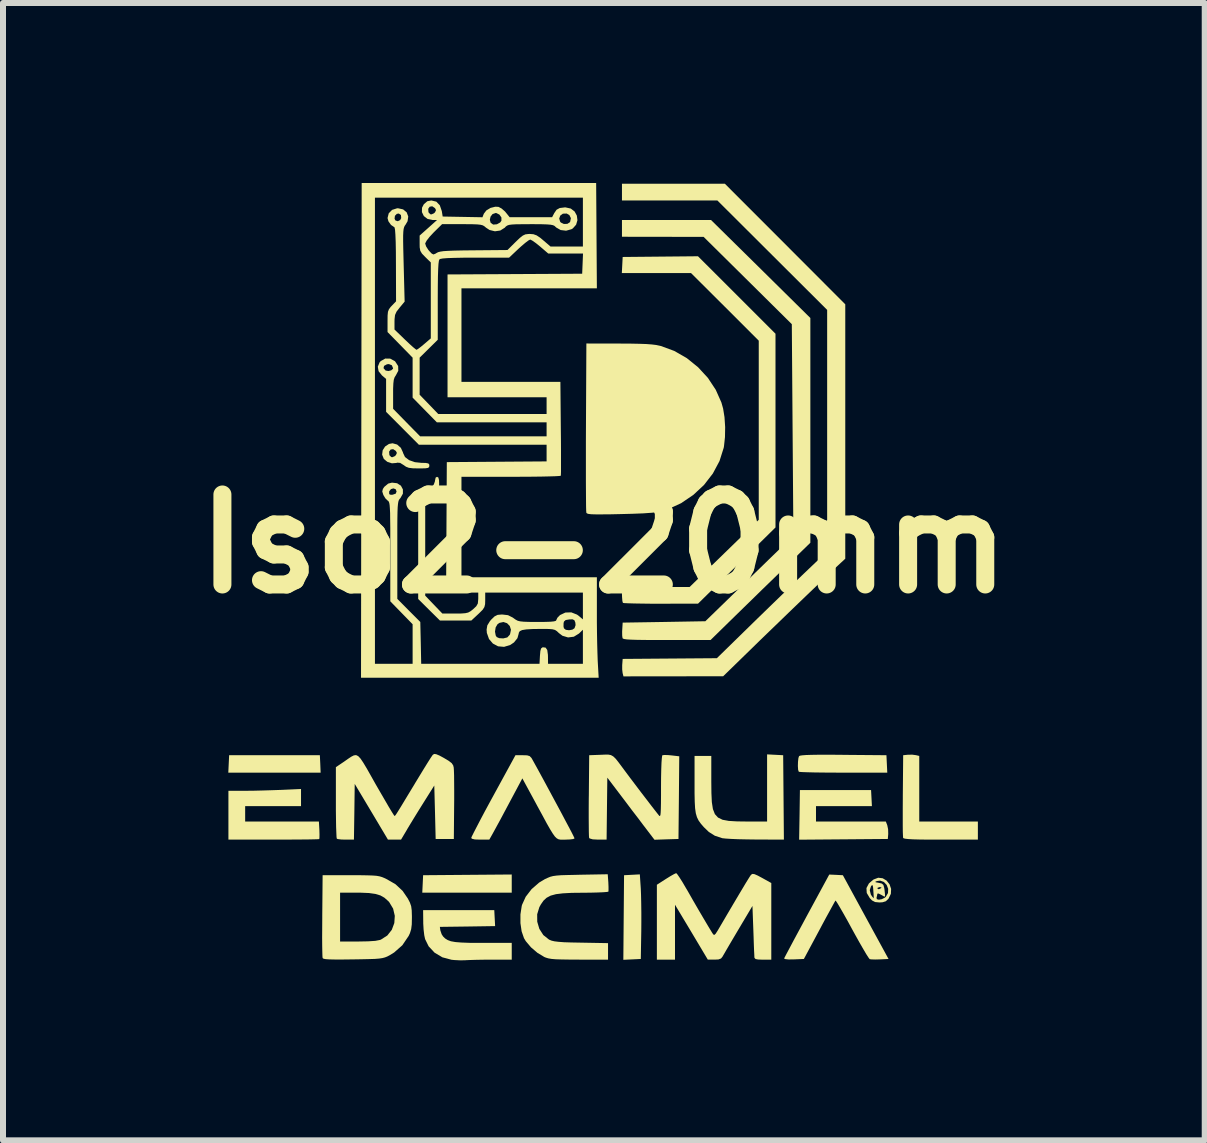
<source format=kicad_pcb>
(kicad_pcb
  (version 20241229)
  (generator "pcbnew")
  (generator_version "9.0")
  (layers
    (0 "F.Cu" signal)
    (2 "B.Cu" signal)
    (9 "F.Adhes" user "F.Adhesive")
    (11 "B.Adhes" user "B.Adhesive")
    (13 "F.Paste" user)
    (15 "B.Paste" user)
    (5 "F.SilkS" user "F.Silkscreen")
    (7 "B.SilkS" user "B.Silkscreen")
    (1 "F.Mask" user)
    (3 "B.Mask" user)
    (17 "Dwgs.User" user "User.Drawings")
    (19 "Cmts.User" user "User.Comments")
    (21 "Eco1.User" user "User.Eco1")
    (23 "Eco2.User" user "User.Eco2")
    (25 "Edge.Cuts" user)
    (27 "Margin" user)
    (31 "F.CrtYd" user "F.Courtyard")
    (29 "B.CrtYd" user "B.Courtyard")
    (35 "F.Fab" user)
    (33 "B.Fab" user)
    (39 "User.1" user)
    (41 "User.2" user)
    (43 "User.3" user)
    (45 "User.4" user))
  (footprint "Iso2-20mm"
    (layer "F.Cu")
    (at 7.014 6.013)
    (property "Reference" "Iso2-20mm" (at 0 0 0) (layer "F.SilkS") (effects (font (size 1.5 1.5) (thickness 0.3))))
    (attr board_only exclude_from_pos_files exclude_from_bom)
    (fp_poly (pts (xy -4.726 3.669) (xy -4.72 3.815) (xy -5.489 3.815) (xy -6.259 3.815) (xy -6.252 3.669) (xy -6.245 3.524) (xy -5.489 3.524) (xy -4.733 3.524)) (stroke (width 0) (type solid)) (fill yes) (layer "F.SilkS"))
    (fp_poly (pts (xy -1.535 5.664) (xy -1.535 5.815) (xy -2.281 5.815) (xy -3.026 5.815) (xy -3.019 5.67) (xy -3.012 5.524) (xy -2.274 5.518) (xy -1.535 5.512)) (stroke (width 0) (type solid)) (fill yes) (layer "F.SilkS"))
    (fp_poly (pts (xy 0.616 5.75) (xy 0.62 5.852) (xy 0.623 5.988) (xy 0.625 6.145) (xy 0.625 6.31) (xy 0.624 6.455) (xy 0.616 6.92) (xy 0.471 6.927) (xy 0.325 6.934) (xy 0.331 6.229) (xy 0.337 5.524) (xy 0.469 5.517) (xy 0.6 5.51)) (stroke (width 0) (type solid)) (fill yes) (layer "F.SilkS"))
    (fp_poly (pts (xy 4.461 4.239) (xy 4.468 4.373) (xy 4.002 4.373) (xy 3.536 4.373) (xy 3.536 4.501) (xy 3.536 4.629) (xy 4.118 4.629) (xy 4.7 4.629) (xy 4.724 4.691) (xy 4.738 4.759) (xy 4.74 4.836) (xy 4.74 4.837) (xy 4.733 4.92) (xy 3.994 4.926) (xy 3.255 4.932) (xy 3.262 4.519) (xy 3.268 4.105) (xy 3.861 4.105) (xy 4.454 4.105)) (stroke (width 0) (type solid)) (fill yes) (layer "F.SilkS"))
    (fp_poly (pts (xy 3.955 3.517) (xy 3.991 3.518) (xy 4.71 3.524) (xy 4.717 3.669) (xy 4.724 3.815) (xy 3.994 3.815) (xy 3.814 3.814) (xy 3.65 3.813) (xy 3.506 3.811) (xy 3.388 3.808) (xy 3.303 3.805) (xy 3.256 3.801) (xy 3.249 3.799) (xy 3.238 3.766) (xy 3.234 3.704) (xy 3.236 3.634) (xy 3.243 3.572) (xy 3.253 3.541) (xy 3.268 3.532) (xy 3.305 3.526) (xy 3.368 3.521) (xy 3.46 3.518) (xy 3.586 3.516) (xy 3.75 3.516)) (stroke (width 0) (type solid)) (fill yes) (layer "F.SilkS"))
    (fp_poly (pts (xy 5.202 3.523) (xy 5.257 3.536) (xy 5.257 4.083) (xy 5.257 4.629) (xy 5.745 4.629) (xy 6.234 4.629) (xy 6.234 4.78) (xy 6.234 4.931) (xy 5.617 4.931) (xy 5.421 4.931) (xy 5.268 4.929) (xy 5.152 4.926) (xy 5.071 4.921) (xy 5.019 4.915) (xy 4.993 4.907) (xy 4.988 4.902) (xy 4.986 4.872) (xy 4.983 4.801) (xy 4.982 4.697) (xy 4.982 4.564) (xy 4.982 4.409) (xy 4.983 4.238) (xy 4.983 4.198) (xy 4.989 3.524) (xy 5.068 3.516) (xy 5.141 3.515)) (stroke (width 0) (type solid)) (fill yes) (layer "F.SilkS"))
    (fp_poly (pts (xy -5.047 4.23) (xy -5.047 4.373) (xy -5.513 4.373) (xy -5.978 4.373) (xy -5.978 4.501) (xy -5.978 4.629) (xy -5.364 4.629) (xy -4.749 4.629) (xy -4.741 4.77) (xy -4.739 4.846) (xy -4.74 4.901) (xy -4.743 4.922) (xy -4.768 4.924) (xy -4.834 4.926) (xy -4.935 4.928) (xy -5.066 4.929) (xy -5.221 4.93) (xy -5.394 4.931) (xy -5.505 4.931) (xy -6.257 4.931) (xy -6.257 4.524) (xy -6.257 4.117) (xy -5.984 4.117) (xy -5.85 4.116) (xy -5.691 4.112) (xy -5.525 4.107) (xy -5.379 4.102) (xy -5.047 4.087)) (stroke (width 0) (type solid)) (fill yes) (layer "F.SilkS"))
    (fp_poly (pts (xy 2.215 -4.147) (xy 2.861 -3.501) (xy 2.861 -1.886) (xy 2.861 -0.272) (xy 2.216 0.363) (xy 1.57 0.998) (xy 0.952 0.999) (xy 0.787 0.999) (xy 0.637 0.997) (xy 0.509 0.995) (xy 0.409 0.992) (xy 0.343 0.989) (xy 0.318 0.985) (xy 0.309 0.954) (xy 0.304 0.893) (xy 0.302 0.845) (xy 0.302 0.721) (xy 0.866 0.721) (xy 1.43 0.72) (xy 2.006 0.16) (xy 2.582 -0.4) (xy 2.582 -1.892) (xy 2.582 -3.385) (xy 2.018 -3.949) (xy 1.453 -4.512) (xy 0.877 -4.512) (xy 0.3 -4.512) (xy 0.307 -4.646) (xy 0.314 -4.78) (xy 0.941 -4.786) (xy 1.569 -4.792)) (stroke (width 0) (type solid)) (fill yes) (layer "F.SilkS"))
    (fp_poly (pts (xy -1.819 6.239) (xy -1.812 6.372) (xy -2.273 6.379) (xy -2.733 6.385) (xy -2.725 6.443) (xy -2.703 6.508) (xy -2.679 6.545) (xy -2.644 6.579) (xy -2.602 6.605) (xy -2.548 6.625) (xy -2.474 6.638) (xy -2.375 6.646) (xy -2.244 6.651) (xy -2.075 6.652) (xy -2.013 6.652) (xy -1.535 6.652) (xy -1.535 6.792) (xy -1.535 6.932) (xy -1.869 6.932) (xy -1.999 6.932) (xy -2.121 6.934) (xy -2.223 6.937) (xy -2.294 6.94) (xy -2.305 6.941) (xy -2.39 6.943) (xy -2.49 6.938) (xy -2.539 6.933) (xy -2.692 6.892) (xy -2.821 6.815) (xy -2.92 6.709) (xy -2.979 6.589) (xy -2.993 6.524) (xy -3.004 6.43) (xy -3.01 6.326) (xy -3.01 6.303) (xy -3.012 6.106) (xy -2.419 6.106) (xy -1.826 6.106)) (stroke (width 0) (type solid)) (fill yes) (layer "F.SilkS"))
    (fp_poly (pts (xy 2.855 3.517) (xy 2.989 3.524) (xy 2.995 4.228) (xy 3.001 4.931) (xy 2.53 4.929) (xy 2.38 4.927) (xy 2.241 4.924) (xy 2.121 4.919) (xy 2.029 4.913) (xy 1.974 4.907) (xy 1.971 4.906) (xy 1.85 4.866) (xy 1.751 4.804) (xy 1.665 4.721) (xy 1.616 4.664) (xy 1.579 4.612) (xy 1.552 4.557) (xy 1.533 4.492) (xy 1.521 4.408) (xy 1.515 4.3) (xy 1.512 4.159) (xy 1.512 4.001) (xy 1.512 3.536) (xy 1.651 3.536) (xy 1.791 3.536) (xy 1.791 3.96) (xy 1.793 4.154) (xy 1.8 4.306) (xy 1.818 4.422) (xy 1.851 4.506) (xy 1.903 4.563) (xy 1.979 4.6) (xy 2.083 4.619) (xy 2.219 4.627) (xy 2.378 4.629) (xy 2.721 4.629) (xy 2.721 4.069) (xy 2.721 3.51)) (stroke (width 0) (type solid)) (fill yes) (layer "F.SilkS"))
    (fp_poly (pts (xy 3.87 5.518) (xy 3.984 5.524) (xy 4.364 6.222) (xy 4.745 6.92) (xy 4.602 6.927) (xy 4.522 6.929) (xy 4.459 6.927) (xy 4.431 6.923) (xy 4.413 6.9) (xy 4.376 6.843) (xy 4.324 6.755) (xy 4.26 6.644) (xy 4.188 6.515) (xy 4.138 6.424) (xy 4.064 6.288) (xy 3.996 6.167) (xy 3.939 6.068) (xy 3.896 5.995) (xy 3.869 5.954) (xy 3.861 5.946) (xy 3.847 5.969) (xy 3.815 6.027) (xy 3.767 6.115) (xy 3.706 6.226) (xy 3.637 6.354) (xy 3.592 6.439) (xy 3.334 6.92) (xy 3.165 6.927) (xy 3.079 6.928) (xy 3.023 6.922) (xy 3.004 6.912) (xy 3.004 6.912) (xy 3.017 6.887) (xy 3.049 6.826) (xy 3.098 6.734) (xy 3.161 6.615) (xy 3.236 6.476) (xy 3.32 6.32) (xy 3.384 6.201) (xy 3.757 5.513)) (stroke (width 0) (type solid)) (fill yes) (layer "F.SilkS"))
    (fp_poly (pts (xy -3.445 -1.654) (xy -3.383 -1.599) (xy -3.348 -1.523) (xy -3.346 -1.513) (xy -3.314 -1.446) (xy -3.246 -1.394) (xy -3.149 -1.36) (xy -3.044 -1.349) (xy -2.967 -1.347) (xy -2.926 -1.339) (xy -2.91 -1.322) (xy -2.908 -1.303) (xy -2.912 -1.279) (xy -2.93 -1.265) (xy -2.972 -1.258) (xy -3.047 -1.256) (xy -3.088 -1.256) (xy -3.185 -1.258) (xy -3.25 -1.266) (xy -3.297 -1.284) (xy -3.337 -1.312) (xy -3.395 -1.348) (xy -3.442 -1.352) (xy -3.459 -1.347) (xy -3.532 -1.341) (xy -3.609 -1.366) (xy -3.667 -1.414) (xy -3.695 -1.485) (xy -3.689 -1.535) (xy -3.579 -1.535) (xy -3.574 -1.479) (xy -3.574 -1.477) (xy -3.544 -1.446) (xy -3.527 -1.442) (xy -3.486 -1.459) (xy -3.466 -1.477) (xy -3.449 -1.514) (xy -3.466 -1.547) (xy -3.511 -1.577) (xy -3.553 -1.571) (xy -3.579 -1.535) (xy -3.689 -1.535) (xy -3.686 -1.558) (xy -3.646 -1.621) (xy -3.581 -1.664) (xy -3.521 -1.675)) (stroke (width 0) (type solid)) (fill yes) (layer "F.SilkS"))
    (fp_poly (pts (xy 2.615 -4.58) (xy 3.442 -3.763) (xy 3.442 -1.89) (xy 3.442 -0.017) (xy 2.937 0.474) (xy 2.789 0.618) (xy 2.633 0.769) (xy 2.478 0.921) (xy 2.331 1.064) (xy 2.202 1.19) (xy 2.105 1.285) (xy 1.779 1.604) (xy 1.052 1.604) (xy 0.843 1.604) (xy 0.676 1.603) (xy 0.547 1.601) (xy 0.451 1.598) (xy 0.384 1.594) (xy 0.341 1.588) (xy 0.318 1.58) (xy 0.312 1.573) (xy 0.306 1.532) (xy 0.305 1.464) (xy 0.307 1.428) (xy 0.314 1.314) (xy 1.003 1.303) (xy 1.692 1.291) (xy 2.374 0.628) (xy 2.524 0.482) (xy 2.665 0.345) (xy 2.793 0.22) (xy 2.905 0.112) (xy 2.996 0.022) (xy 3.063 -0.043) (xy 3.102 -0.082) (xy 3.108 -0.089) (xy 3.159 -0.142) (xy 3.146 -1.901) (xy 3.133 -3.66) (xy 2.398 -4.388) (xy 1.663 -5.115) (xy 0.983 -5.116) (xy 0.302 -5.117) (xy 0.302 -5.257) (xy 0.302 -5.396) (xy 1.044 -5.396) (xy 1.787 -5.396)) (stroke (width 0) (type solid)) (fill yes) (layer "F.SilkS"))
    (fp_poly (pts (xy 3.021 -4.996) (xy 4.024 -3.991) (xy 4.024 -1.871) (xy 4.024 0.249) (xy 3.902 0.362) (xy 3.848 0.412) (xy 3.766 0.49) (xy 3.659 0.593) (xy 3.532 0.714) (xy 3.389 0.851) (xy 3.235 0.999) (xy 3.074 1.154) (xy 2.911 1.312) (xy 2.75 1.467) (xy 2.595 1.617) (xy 2.452 1.757) (xy 2.34 1.866) (xy 1.989 2.208) (xy 1.158 2.209) (xy 0.327 2.21) (xy 0.313 2.155) (xy 0.306 2.095) (xy 0.306 2.02) (xy 0.307 2.01) (xy 0.314 1.919) (xy 1.099 1.913) (xy 1.884 1.907) (xy 2.332 1.469) (xy 2.554 1.252) (xy 2.765 1.047) (xy 2.96 0.858) (xy 3.137 0.686) (xy 3.293 0.536) (xy 3.424 0.411) (xy 3.528 0.312) (xy 3.588 0.256) (xy 3.722 0.132) (xy 3.722 -1.883) (xy 3.722 -3.898) (xy 2.807 -4.81) (xy 1.892 -5.722) (xy 1.097 -5.722) (xy 0.302 -5.722) (xy 0.302 -5.862) (xy 0.302 -6.001) (xy 1.16 -6.001) (xy 2.017 -6.001)) (stroke (width 0) (type solid)) (fill yes) (layer "F.SilkS"))
    (fp_poly (pts (xy -1.279 3.526) (xy -1.236 3.539) (xy -1.207 3.569) (xy -1.186 3.605) (xy -1.085 3.788) (xy -0.985 3.972) (xy -0.888 4.152) (xy -0.796 4.323) (xy -0.711 4.481) (xy -0.637 4.621) (xy -0.574 4.739) (xy -0.527 4.829) (xy -0.498 4.888) (xy -0.488 4.91) (xy -0.51 4.921) (xy -0.565 4.928) (xy -0.639 4.931) (xy -0.686 4.932) (xy -0.724 4.931) (xy -0.756 4.925) (xy -0.785 4.909) (xy -0.816 4.879) (xy -0.851 4.83) (xy -0.895 4.759) (xy -0.951 4.661) (xy -1.021 4.531) (xy -1.111 4.366) (xy -1.128 4.334) (xy -1.358 3.91) (xy -1.578 4.322) (xy -1.649 4.455) (xy -1.716 4.581) (xy -1.776 4.691) (xy -1.823 4.777) (xy -1.852 4.83) (xy -1.853 4.832) (xy -1.909 4.931) (xy -2.059 4.931) (xy -2.15 4.928) (xy -2.199 4.916) (xy -2.21 4.902) (xy -2.199 4.875) (xy -2.168 4.813) (xy -2.12 4.72) (xy -2.058 4.601) (xy -1.984 4.461) (xy -1.9 4.306) (xy -1.841 4.198) (xy -1.473 3.524) (xy -1.352 3.524)) (stroke (width 0) (type solid)) (fill yes) (layer "F.SilkS"))
    (fp_poly (pts (xy 0.256 -3.337) (xy 0.444 -3.336) (xy 0.593 -3.333) (xy 0.709 -3.329) (xy 0.8 -3.322) (xy 0.873 -3.313) (xy 0.934 -3.3) (xy 0.951 -3.296) (xy 1.174 -3.214) (xy 1.383 -3.094) (xy 1.571 -2.942) (xy 1.734 -2.765) (xy 1.865 -2.567) (xy 1.959 -2.356) (xy 1.988 -2.254) (xy 2.011 -2.111) (xy 2.022 -1.945) (xy 2.019 -1.778) (xy 2.003 -1.63) (xy 1.998 -1.6) (xy 1.928 -1.379) (xy 1.817 -1.171) (xy 1.67 -0.981) (xy 1.492 -0.815) (xy 1.289 -0.677) (xy 1.064 -0.573) (xy 0.967 -0.541) (xy 0.9 -0.528) (xy 0.798 -0.517) (xy 0.658 -0.507) (xy 0.478 -0.5) (xy 0.285 -0.495) (xy 0.106 -0.491) (xy -0.032 -0.49) (xy -0.134 -0.49) (xy -0.206 -0.492) (xy -0.253 -0.497) (xy -0.279 -0.505) (xy -0.291 -0.515) (xy -0.291 -0.517) (xy -0.294 -0.546) (xy -0.296 -0.617) (xy -0.297 -0.726) (xy -0.298 -0.87) (xy -0.299 -1.043) (xy -0.299 -1.242) (xy -0.299 -1.463) (xy -0.299 -1.701) (xy -0.298 -1.944) (xy -0.291 -3.338)) (stroke (width 0) (type solid)) (fill yes) (layer "F.SilkS"))
    (fp_poly (pts (xy 0.118 3.522) (xy 0.156 3.543) (xy 0.197 3.582) (xy 0.247 3.645) (xy 0.314 3.735) (xy 0.366 3.805) (xy 0.44 3.904) (xy 0.527 4.019) (xy 0.62 4.142) (xy 0.713 4.263) (xy 0.798 4.374) (xy 0.869 4.465) (xy 0.912 4.52) (xy 0.925 4.535) (xy 0.935 4.537) (xy 0.943 4.522) (xy 0.947 4.485) (xy 0.95 4.422) (xy 0.952 4.325) (xy 0.953 4.192) (xy 0.953 4.054) (xy 0.954 3.898) (xy 0.957 3.76) (xy 0.961 3.649) (xy 0.967 3.57) (xy 0.973 3.529) (xy 0.975 3.525) (xy 1.009 3.52) (xy 1.072 3.522) (xy 1.127 3.527) (xy 1.257 3.542) (xy 1.251 4.231) (xy 1.244 4.92) (xy 1.044 4.926) (xy 0.844 4.933) (xy 0.706 4.752) (xy 0.644 4.671) (xy 0.563 4.563) (xy 0.469 4.441) (xy 0.373 4.313) (xy 0.313 4.234) (xy 0.058 3.898) (xy 0.052 4.415) (xy 0.046 4.931) (xy -0.094 4.931) (xy -0.186 4.926) (xy -0.237 4.911) (xy -0.245 4.902) (xy -0.248 4.872) (xy -0.25 4.801) (xy -0.251 4.697) (xy -0.252 4.564) (xy -0.252 4.409) (xy -0.251 4.238) (xy -0.25 4.198) (xy -0.244 3.524) (xy -0.053 3.517) (xy 0.021 3.514) (xy 0.076 3.514)) (stroke (width 0) (type solid)) (fill yes) (layer "F.SilkS"))
    (fp_poly (pts (xy 0.075 5.644) (xy 0.078 5.72) (xy 0.078 5.777) (xy 0.076 5.798) (xy 0.051 5.803) (xy -0.013 5.808) (xy -0.108 5.812) (xy -0.227 5.815) (xy -0.344 5.816) (xy -0.534 5.818) (xy -0.683 5.826) (xy -0.798 5.84) (xy -0.886 5.864) (xy -0.954 5.9) (xy -1.006 5.948) (xy -1.051 6.013) (xy -1.075 6.057) (xy -1.111 6.175) (xy -1.11 6.299) (xy -1.075 6.418) (xy -1.009 6.521) (xy -0.916 6.595) (xy -0.907 6.6) (xy -0.87 6.615) (xy -0.822 6.626) (xy -0.756 6.634) (xy -0.664 6.641) (xy -0.539 6.645) (xy -0.378 6.648) (xy 0.07 6.656) (xy 0.07 6.794) (xy 0.07 6.932) (xy -0.413 6.931) (xy -0.579 6.93) (xy -0.707 6.928) (xy -0.802 6.925) (xy -0.872 6.919) (xy -0.924 6.91) (xy -0.965 6.898) (xy -0.992 6.887) (xy -1.105 6.819) (xy -1.214 6.726) (xy -1.301 6.623) (xy -1.331 6.573) (xy -1.37 6.46) (xy -1.39 6.323) (xy -1.39 6.177) (xy -1.369 6.04) (xy -1.364 6.019) (xy -1.302 5.883) (xy -1.204 5.756) (xy -1.079 5.647) (xy -0.982 5.589) (xy -0.934 5.567) (xy -0.892 5.55) (xy -0.846 5.538) (xy -0.788 5.53) (xy -0.712 5.524) (xy -0.608 5.521) (xy -0.47 5.518) (xy -0.392 5.516) (xy 0.065 5.508)) (stroke (width 0) (type solid)) (fill yes) (layer "F.SilkS"))
    (fp_poly (pts (xy 1.225 5.509) (xy 1.261 5.561) (xy 1.311 5.64) (xy 1.369 5.739) (xy 1.397 5.786) (xy 1.491 5.951) (xy 1.582 6.108) (xy 1.665 6.249) (xy 1.736 6.369) (xy 1.79 6.458) (xy 1.807 6.486) (xy 1.826 6.513) (xy 1.842 6.519) (xy 1.863 6.5) (xy 1.896 6.449) (xy 1.929 6.393) (xy 2.055 6.178) (xy 2.16 6) (xy 2.246 5.855) (xy 2.314 5.741) (xy 2.366 5.654) (xy 2.405 5.591) (xy 2.432 5.548) (xy 2.449 5.523) (xy 2.456 5.515) (xy 2.477 5.502) (xy 2.51 5.506) (xy 2.563 5.529) (xy 2.638 5.569) (xy 2.791 5.654) (xy 2.791 6.293) (xy 2.791 6.932) (xy 2.652 6.932) (xy 2.572 6.929) (xy 2.529 6.921) (xy 2.512 6.903) (xy 2.509 6.891) (xy 2.508 6.855) (xy 2.504 6.781) (xy 2.5 6.678) (xy 2.496 6.553) (xy 2.492 6.443) (xy 2.477 6.036) (xy 2.242 6.431) (xy 2.168 6.556) (xy 2.1 6.671) (xy 2.044 6.767) (xy 2.003 6.838) (xy 1.98 6.877) (xy 1.98 6.879) (xy 1.953 6.912) (xy 1.91 6.928) (xy 1.843 6.931) (xy 1.733 6.931) (xy 1.46 6.473) (xy 1.186 6.016) (xy 1.186 6.474) (xy 1.186 6.932) (xy 1.035 6.932) (xy 0.884 6.932) (xy 0.884 6.307) (xy 0.884 5.683) (xy 1.035 5.586) (xy 1.109 5.54) (xy 1.169 5.506) (xy 1.204 5.49) (xy 1.206 5.489)) (stroke (width 0) (type solid)) (fill yes) (layer "F.SilkS"))
    (fp_poly (pts (xy -4.063 5.524) (xy -3.942 5.526) (xy -3.853 5.529) (xy -3.787 5.534) (xy -3.737 5.543) (xy -3.694 5.556) (xy -3.651 5.574) (xy -3.628 5.585) (xy -3.473 5.674) (xy -3.354 5.785) (xy -3.267 5.912) (xy -3.232 5.98) (xy -3.211 6.041) (xy -3.202 6.11) (xy -3.199 6.204) (xy -3.199 6.234) (xy -3.201 6.344) (xy -3.211 6.423) (xy -3.231 6.489) (xy -3.253 6.536) (xy -3.358 6.691) (xy -3.495 6.812) (xy -3.57 6.858) (xy -3.61 6.879) (xy -3.648 6.894) (xy -3.69 6.905) (xy -3.743 6.913) (xy -3.816 6.919) (xy -3.915 6.922) (xy -4.048 6.925) (xy -4.181 6.927) (xy -4.351 6.929) (xy -4.48 6.929) (xy -4.573 6.927) (xy -4.635 6.923) (xy -4.671 6.916) (xy -4.686 6.906) (xy -4.687 6.904) (xy -4.69 6.873) (xy -4.692 6.803) (xy -4.694 6.697) (xy -4.695 6.564) (xy -4.694 6.409) (xy -4.693 6.238) (xy -4.693 6.222) (xy -4.396 6.222) (xy -4.396 6.629) (xy -4.093 6.629) (xy -3.929 6.626) (xy -3.809 6.618) (xy -3.731 6.603) (xy -3.715 6.597) (xy -3.609 6.529) (xy -3.534 6.434) (xy -3.492 6.321) (xy -3.484 6.201) (xy -3.512 6.081) (xy -3.577 5.973) (xy -3.596 5.953) (xy -3.657 5.899) (xy -3.724 5.861) (xy -3.807 5.836) (xy -3.914 5.821) (xy -4.055 5.815) (xy -4.126 5.815) (xy -4.396 5.815) (xy -4.396 6.222) (xy -4.693 6.222) (xy -4.693 6.199) (xy -4.687 5.524) (xy -4.222 5.524)) (stroke (width 0) (type solid)) (fill yes) (layer "F.SilkS"))
    (fp_poly (pts (xy -2.794 3.507) (xy -2.739 3.53) (xy -2.667 3.569) (xy -2.585 3.618) (xy -2.536 3.656) (xy -2.511 3.693) (xy -2.502 3.729) (xy -2.499 3.773) (xy -2.496 3.856) (xy -2.495 3.97) (xy -2.494 4.108) (xy -2.494 4.262) (xy -2.495 4.361) (xy -2.5 4.92) (xy -2.652 4.92) (xy -2.803 4.92) (xy -2.814 4.474) (xy -2.826 4.029) (xy -3.003 4.311) (xy -3.078 4.431) (xy -3.154 4.554) (xy -3.223 4.667) (xy -3.276 4.755) (xy -3.28 4.763) (xy -3.38 4.931) (xy -3.489 4.931) (xy -3.598 4.931) (xy -3.875 4.466) (xy -4.152 4.002) (xy -4.158 4.466) (xy -4.165 4.931) (xy -4.3 4.931) (xy -4.375 4.929) (xy -4.431 4.922) (xy -4.45 4.916) (xy -4.455 4.889) (xy -4.458 4.822) (xy -4.462 4.722) (xy -4.464 4.594) (xy -4.466 4.446) (xy -4.466 4.312) (xy -4.466 3.723) (xy -4.332 3.633) (xy -4.264 3.585) (xy -4.21 3.549) (xy -4.167 3.527) (xy -4.13 3.522) (xy -4.094 3.539) (xy -4.056 3.579) (xy -4.01 3.647) (xy -3.951 3.745) (xy -3.877 3.876) (xy -3.8 4.013) (xy -3.719 4.153) (xy -3.645 4.28) (xy -3.583 4.387) (xy -3.534 4.468) (xy -3.501 4.52) (xy -3.489 4.536) (xy -3.484 4.535) (xy -3.478 4.53) (xy -3.467 4.516) (xy -3.449 4.489) (xy -3.421 4.444) (xy -3.38 4.378) (xy -3.324 4.285) (xy -3.249 4.161) (xy -3.153 4.003) (xy -3.145 3.989) (xy -3.066 3.859) (xy -2.994 3.741) (xy -2.932 3.641) (xy -2.885 3.567) (xy -2.855 3.523) (xy -2.849 3.516) (xy -2.827 3.503)) (stroke (width 0) (type solid)) (fill yes) (layer "F.SilkS"))
    (fp_poly (pts (xy 4.648 5.575) (xy 4.713 5.614) (xy 4.762 5.676) (xy 4.788 5.752) (xy 4.784 5.834) (xy 4.745 5.914) (xy 4.743 5.917) (xy 4.7 5.958) (xy 4.645 5.975) (xy 4.594 5.978) (xy 4.521 5.971) (xy 4.471 5.945) (xy 4.433 5.906) (xy 4.382 5.82) (xy 4.379 5.773) (xy 4.432 5.773) (xy 4.45 5.846) (xy 4.472 5.879) (xy 4.494 5.904) (xy 4.498 5.908) (xy 4.498 5.887) (xy 4.495 5.833) (xy 4.492 5.787) (xy 4.489 5.745) (xy 4.559 5.745) (xy 4.576 5.757) (xy 4.594 5.754) (xy 4.624 5.737) (xy 4.629 5.731) (xy 4.61 5.723) (xy 4.594 5.722) (xy 4.563 5.734) (xy 4.559 5.745) (xy 4.489 5.745) (xy 4.486 5.718) (xy 4.479 5.69) (xy 4.465 5.693) (xy 4.452 5.71) (xy 4.432 5.773) (xy 4.379 5.773) (xy 4.377 5.738) (xy 4.418 5.661) (xy 4.45 5.633) (xy 4.524 5.633) (xy 4.532 5.642) (xy 4.582 5.651) (xy 4.633 5.663) (xy 4.659 5.686) (xy 4.673 5.736) (xy 4.678 5.768) (xy 4.685 5.833) (xy 4.687 5.874) (xy 4.686 5.881) (xy 4.664 5.875) (xy 4.621 5.85) (xy 4.619 5.849) (xy 4.578 5.829) (xy 4.559 5.832) (xy 4.559 5.834) (xy 4.551 5.875) (xy 4.545 5.895) (xy 4.549 5.923) (xy 4.583 5.932) (xy 4.631 5.924) (xy 4.68 5.9) (xy 4.699 5.885) (xy 4.736 5.821) (xy 4.739 5.751) (xy 4.714 5.686) (xy 4.667 5.636) (xy 4.605 5.614) (xy 4.552 5.621) (xy 4.524 5.633) (xy 4.45 5.633) (xy 4.494 5.596) (xy 4.573 5.566)) (stroke (width 0) (type solid)) (fill yes) (layer "F.SilkS"))
    (fp_poly (pts (xy -0.122 -5.135) (xy -0.116 -4.257) (xy -1.244 -4.257) (xy -2.373 -4.257) (xy -2.373 -3.477) (xy -2.373 -2.698) (xy -1.548 -2.698) (xy -0.724 -2.698) (xy -0.717 -1.925) (xy -0.715 -1.739) (xy -0.714 -1.569) (xy -0.714 -1.419) (xy -0.714 -1.295) (xy -0.714 -1.203) (xy -0.716 -1.147) (xy -0.717 -1.134) (xy -0.741 -1.13) (xy -0.806 -1.126) (xy -0.907 -1.123) (xy -1.039 -1.12) (xy -1.196 -1.118) (xy -1.374 -1.117) (xy -1.548 -1.116) (xy -2.373 -1.116) (xy -2.373 -0.279) (xy -2.373 0.558) (xy -1.244 0.558) (xy -0.116 0.558) (xy -0.116 1.134) (xy -0.116 1.311) (xy -0.114 1.49) (xy -0.111 1.66) (xy -0.107 1.809) (xy -0.103 1.928) (xy -0.101 1.971) (xy -0.086 2.233) (xy -2.067 2.233) (xy -4.047 2.233) (xy -4.042 -1.884) (xy -3.815 -1.884) (xy -3.815 2) (xy -3.501 2) (xy -3.187 2) (xy -3.187 1.67) (xy -3.187 1.341) (xy -3.373 1.15) (xy -3.559 0.959) (xy -3.559 0.132) (xy -3.559 -0.087) (xy -3.559 -0.263) (xy -3.561 -0.403) (xy -3.562 -0.509) (xy -3.566 -0.588) (xy -3.57 -0.643) (xy -3.576 -0.679) (xy -3.584 -0.701) (xy -3.593 -0.713) (xy -3.602 -0.719) (xy -3.641 -0.757) (xy -3.675 -0.814) (xy -3.675 -0.815) (xy -3.691 -0.865) (xy -3.578 -0.865) (xy -3.577 -0.827) (xy -3.551 -0.816) (xy -3.52 -0.818) (xy -3.469 -0.835) (xy -3.454 -0.872) (xy -3.454 -0.872) (xy -3.47 -0.91) (xy -3.508 -0.923) (xy -3.548 -0.911) (xy -3.576 -0.876) (xy -3.578 -0.865) (xy -3.691 -0.865) (xy -3.693 -0.87) (xy -3.683 -0.913) (xy -3.659 -0.949) (xy -3.594 -1.003) (xy -3.531 -1.019) (xy -3.445 -1.009) (xy -3.382 -0.968) (xy -3.349 -0.906) (xy -3.349 -0.835) (xy -3.39 -0.762) (xy -3.393 -0.759) (xy -3.406 -0.744) (xy -3.417 -0.726) (xy -3.425 -0.7) (xy -3.431 -0.662) (xy -3.436 -0.607) (xy -3.439 -0.529) (xy -3.441 -0.424) (xy -3.442 -0.288) (xy -3.442 -0.115) (xy -3.442 0.1) (xy -3.442 0.106) (xy -3.442 0.918) (xy -3.251 1.111) (xy -3.059 1.303) (xy -3.051 1.652) (xy -3.044 2) (xy -2.058 2) (xy -1.072 2) (xy -1.065 1.867) (xy -1.058 1.788) (xy -1.046 1.745) (xy -1.023 1.727) (xy -1.015 1.725) (xy -0.97 1.731) (xy -0.943 1.771) (xy -0.932 1.851) (xy -0.931 1.89) (xy -0.93 2) (xy -0.64 2) (xy -0.349 2) (xy -0.349 1.717) (xy -0.349 1.433) (xy -0.414 1.496) (xy -0.5 1.549) (xy -0.596 1.561) (xy -0.69 1.533) (xy -0.748 1.489) (xy -0.782 1.457) (xy -0.814 1.436) (xy -0.856 1.425) (xy -0.919 1.42) (xy -1.014 1.419) (xy -1.046 1.419) (xy -1.189 1.421) (xy -1.292 1.427) (xy -1.361 1.438) (xy -1.4 1.456) (xy -1.417 1.483) (xy -1.419 1.498) (xy -1.44 1.573) (xy -1.497 1.644) (xy -1.559 1.686) (xy -1.663 1.718) (xy -1.763 1.709) (xy -1.849 1.663) (xy -1.914 1.587) (xy -1.95 1.485) (xy -1.951 1.464) (xy -1.814 1.464) (xy -1.802 1.529) (xy -1.785 1.555) (xy -1.744 1.573) (xy -1.681 1.577) (xy -1.675 1.577) (xy -1.609 1.561) (xy -1.57 1.519) (xy -1.563 1.507) (xy -1.548 1.433) (xy -1.565 1.379) (xy -0.672 1.379) (xy -0.665 1.409) (xy -0.634 1.434) (xy -0.58 1.441) (xy -0.524 1.431) (xy -0.489 1.408) (xy -0.471 1.356) (xy -0.475 1.313) (xy -0.491 1.274) (xy -0.522 1.259) (xy -0.576 1.261) (xy -0.636 1.271) (xy -0.664 1.296) (xy -0.671 1.322) (xy -0.672 1.379) (xy -1.565 1.379) (xy -1.568 1.37) (xy -1.613 1.324) (xy -1.673 1.304) (xy -1.739 1.318) (xy -1.772 1.341) (xy -1.803 1.394) (xy -1.814 1.464) (xy -1.951 1.464) (xy -1.954 1.431) (xy -1.942 1.36) (xy -1.899 1.29) (xy -1.876 1.263) (xy -1.821 1.21) (xy -1.771 1.185) (xy -1.705 1.179) (xy -1.691 1.179) (xy -1.597 1.19) (xy -1.516 1.231) (xy -1.503 1.241) (xy -1.469 1.265) (xy -1.435 1.283) (xy -1.394 1.293) (xy -1.335 1.299) (xy -1.25 1.302) (xy -1.129 1.303) (xy -1.106 1.303) (xy -0.976 1.302) (xy -0.886 1.299) (xy -0.83 1.293) (xy -0.8 1.284) (xy -0.791 1.271) (xy -0.791 1.269) (xy -0.774 1.233) (xy -0.733 1.191) (xy -0.73 1.188) (xy -0.641 1.146) (xy -0.543 1.143) (xy -0.448 1.18) (xy -0.42 1.2) (xy -0.349 1.26) (xy -0.349 1.037) (xy -0.349 0.814) (xy -1.163 0.814) (xy -1.977 0.814) (xy -1.977 0.939) (xy -1.979 1.007) (xy -1.991 1.055) (xy -2.019 1.099) (xy -2.073 1.153) (xy -2.092 1.171) (xy -2.208 1.279) (xy -2.47 1.279) (xy -2.732 1.279) (xy -2.913 1.1) (xy -3.094 0.92) (xy -3.094 0.104) (xy -3.094 -0.711) (xy -2.954 -0.849) (xy -2.878 -0.929) (xy -2.833 -0.99) (xy -2.816 -1.038) (xy -2.814 -1.052) (xy -2.803 -1.103) (xy -2.78 -1.116) (xy -2.758 -1.104) (xy -2.747 -1.061) (xy -2.745 -1.001) (xy -2.747 -0.937) (xy -2.76 -0.889) (xy -2.791 -0.842) (xy -2.846 -0.781) (xy -2.861 -0.765) (xy -2.977 -0.645) (xy -2.977 0.11) (xy -2.977 0.865) (xy -2.834 1.014) (xy -2.691 1.163) (xy -2.479 1.163) (xy -2.377 1.162) (xy -2.309 1.157) (xy -2.261 1.146) (xy -2.221 1.124) (xy -2.18 1.092) (xy -2.126 1.041) (xy -2.1 0.995) (xy -2.094 0.931) (xy -2.093 0.917) (xy -2.093 0.814) (xy -2.361 0.814) (xy -2.629 0.814) (xy -2.623 -0.273) (xy -2.617 -1.361) (xy -1.785 -1.367) (xy -0.954 -1.373) (xy -0.954 -1.512) (xy -0.954 -1.651) (xy -2.018 -1.651) (xy -3.083 -1.651) (xy -3.356 -1.925) (xy -3.629 -2.199) (xy -3.629 -2.473) (xy -3.629 -2.748) (xy -3.698 -2.806) (xy -3.754 -2.876) (xy -3.763 -2.927) (xy -3.672 -2.927) (xy -3.639 -2.889) (xy -3.635 -2.887) (xy -3.59 -2.879) (xy -3.543 -2.891) (xy -3.514 -2.917) (xy -3.513 -2.926) (xy -3.533 -2.975) (xy -3.582 -2.995) (xy -3.614 -2.992) (xy -3.663 -2.965) (xy -3.672 -2.927) (xy -3.763 -2.927) (xy -3.767 -2.952) (xy -3.738 -3.023) (xy -3.717 -3.046) (xy -3.643 -3.087) (xy -3.561 -3.086) (xy -3.485 -3.045) (xy -3.476 -3.036) (xy -3.428 -2.962) (xy -3.426 -2.883) (xy -3.466 -2.808) (xy -3.487 -2.775) (xy -3.501 -2.733) (xy -3.508 -2.673) (xy -3.512 -2.584) (xy -3.512 -2.499) (xy -3.512 -2.25) (xy -3.287 -2.02) (xy -3.062 -1.791) (xy -2.008 -1.791) (xy -0.954 -1.791) (xy -0.954 -1.907) (xy -0.954 -2.024) (xy -1.868 -2.024) (xy -2.783 -2.024) (xy -2.985 -2.23) (xy -3.187 -2.436) (xy -3.187 -2.769) (xy -3.187 -3.102) (xy -3.07 -3.102) (xy -3.07 -2.793) (xy -3.07 -2.484) (xy -2.915 -2.324) (xy -2.76 -2.163) (xy -1.857 -2.163) (xy -0.954 -2.163) (xy -0.954 -2.303) (xy -0.954 -2.442) (xy -1.779 -2.442) (xy -2.605 -2.442) (xy -2.605 -3.466) (xy -2.605 -4.489) (xy -1.483 -4.495) (xy -0.361 -4.501) (xy -0.354 -4.669) (xy -0.347 -4.838) (xy -0.637 -4.838) (xy -0.927 -4.838) (xy -1.062 -4.954) (xy -1.131 -5.01) (xy -1.189 -5.051) (xy -1.225 -5.07) (xy -1.228 -5.07) (xy -1.257 -5.055) (xy -1.31 -5.015) (xy -1.379 -4.956) (xy -1.419 -4.92) (xy -1.58 -4.768) (xy -2.146 -4.768) (xy -2.342 -4.768) (xy -2.495 -4.765) (xy -2.608 -4.761) (xy -2.684 -4.755) (xy -2.728 -4.747) (xy -2.74 -4.74) (xy -2.749 -4.717) (xy -2.756 -4.664) (xy -2.761 -4.579) (xy -2.765 -4.458) (xy -2.767 -4.298) (xy -2.768 -4.095) (xy -2.768 -4.056) (xy -2.768 -3.4) (xy -2.919 -3.251) (xy -3.07 -3.102) (xy -3.187 -3.102) (xy -3.187 -3.102) (xy -3.396 -3.316) (xy -3.605 -3.529) (xy -3.605 -3.712) (xy -3.604 -3.805) (xy -3.598 -3.866) (xy -3.582 -3.908) (xy -3.554 -3.946) (xy -3.534 -3.967) (xy -3.463 -4.041) (xy -3.465 -4.655) (xy -3.466 -4.865) (xy -3.469 -5.03) (xy -3.474 -5.152) (xy -3.48 -5.232) (xy -3.488 -5.272) (xy -3.493 -5.277) (xy -3.547 -5.314) (xy -3.59 -5.374) (xy -3.602 -5.418) (xy -3.488 -5.418) (xy -3.473 -5.388) (xy -3.434 -5.376) (xy -3.395 -5.395) (xy -3.377 -5.428) (xy -3.382 -5.48) (xy -3.417 -5.504) (xy -3.45 -5.499) (xy -3.482 -5.466) (xy -3.488 -5.418) (xy -3.602 -5.418) (xy -3.605 -5.429) (xy -3.585 -5.508) (xy -3.529 -5.565) (xy -3.447 -5.591) (xy -3.431 -5.592) (xy -3.345 -5.573) (xy -3.286 -5.524) (xy -3.26 -5.455) (xy -3.271 -5.376) (xy -3.304 -5.319) (xy -3.319 -5.299) (xy -3.329 -5.276) (xy -3.337 -5.246) (xy -3.342 -5.201) (xy -3.345 -5.136) (xy -3.345 -5.046) (xy -3.343 -4.924) (xy -3.339 -4.765) (xy -3.336 -4.647) (xy -3.32 -4.036) (xy -3.404 -3.935) (xy -3.455 -3.869) (xy -3.48 -3.813) (xy -3.488 -3.744) (xy -3.489 -3.702) (xy -3.489 -3.571) (xy -3.314 -3.402) (xy -3.24 -3.332) (xy -3.178 -3.276) (xy -3.136 -3.242) (xy -3.122 -3.233) (xy -3.097 -3.247) (xy -3.048 -3.284) (xy -2.995 -3.328) (xy -2.884 -3.423) (xy -2.884 -4.056) (xy -2.884 -4.689) (xy -2.977 -4.78) (xy -3.031 -4.836) (xy -3.059 -4.883) (xy -3.069 -4.94) (xy -3.07 -5.004) (xy -3.07 -5.137) (xy -2.925 -5.266) (xy -2.78 -5.396) (xy -2.853 -5.396) (xy -2.869 -5.4) (xy -1.9 -5.4) (xy -1.887 -5.351) (xy -1.846 -5.321) (xy -1.842 -5.32) (xy -1.782 -5.325) (xy -1.728 -5.355) (xy -1.707 -5.384) (xy -1.707 -5.421) (xy -0.744 -5.421) (xy -0.728 -5.368) (xy -0.716 -5.354) (xy -0.666 -5.33) (xy -0.608 -5.332) (xy -0.565 -5.36) (xy -0.562 -5.365) (xy -0.549 -5.427) (xy -0.575 -5.479) (xy -0.619 -5.504) (xy -0.682 -5.502) (xy -0.726 -5.47) (xy -0.744 -5.421) (xy -1.707 -5.421) (xy -1.707 -5.438) (xy -1.74 -5.486) (xy -1.791 -5.512) (xy -1.803 -5.513) (xy -1.855 -5.495) (xy -1.888 -5.453) (xy -1.9 -5.4) (xy -2.869 -5.4) (xy -2.938 -5.414) (xy -3 -5.462) (xy -3.032 -5.528) (xy -3.031 -5.583) (xy -2.927 -5.583) (xy -2.923 -5.526) (xy -2.922 -5.524) (xy -2.893 -5.493) (xy -2.876 -5.489) (xy -2.835 -5.506) (xy -2.814 -5.524) (xy -2.797 -5.561) (xy -2.814 -5.594) (xy -2.86 -5.625) (xy -2.902 -5.618) (xy -2.927 -5.583) (xy -3.031 -5.583) (xy -3.03 -5.602) (xy -3 -5.659) (xy -2.942 -5.709) (xy -2.875 -5.722) (xy -2.792 -5.702) (xy -2.734 -5.642) (xy -2.701 -5.546) (xy -2.7 -5.542) (xy -2.686 -5.454) (xy -2.354 -5.448) (xy -2.023 -5.442) (xy -2 -5.501) (xy -1.958 -5.556) (xy -1.888 -5.598) (xy -1.808 -5.618) (xy -1.755 -5.615) (xy -1.703 -5.587) (xy -1.647 -5.538) (xy -1.633 -5.521) (xy -1.57 -5.443) (xy -1.216 -5.443) (xy -0.862 -5.443) (xy -0.827 -5.51) (xy -0.788 -5.567) (xy -0.735 -5.596) (xy -0.654 -5.606) (xy -0.637 -5.606) (xy -0.551 -5.587) (xy -0.487 -5.538) (xy -0.45 -5.47) (xy -0.44 -5.393) (xy -0.462 -5.318) (xy -0.517 -5.256) (xy -0.541 -5.242) (xy -0.629 -5.218) (xy -0.72 -5.229) (xy -0.795 -5.272) (xy -0.803 -5.28) (xy -0.822 -5.298) (xy -0.848 -5.31) (xy -0.888 -5.318) (xy -0.95 -5.323) (xy -1.041 -5.326) (xy -1.168 -5.327) (xy -1.221 -5.327) (xy -1.361 -5.326) (xy -1.462 -5.325) (xy -1.532 -5.321) (xy -1.579 -5.315) (xy -1.61 -5.304) (xy -1.633 -5.288) (xy -1.651 -5.268) (xy -1.726 -5.221) (xy -1.815 -5.208) (xy -1.905 -5.23) (xy -1.963 -5.268) (xy -1.99 -5.291) (xy -2.017 -5.307) (xy -2.055 -5.317) (xy -2.11 -5.323) (xy -2.192 -5.326) (xy -2.309 -5.327) (xy -2.361 -5.327) (xy -2.696 -5.327) (xy -2.837 -5.188) (xy -2.904 -5.116) (xy -2.953 -5.053) (xy -2.976 -5.009) (xy -2.977 -5.002) (xy -2.962 -4.956) (xy -2.925 -4.898) (xy -2.912 -4.882) (xy -2.869 -4.837) (xy -2.84 -4.822) (xy -2.808 -4.834) (xy -2.787 -4.847) (xy -2.762 -4.86) (xy -2.726 -4.869) (xy -2.674 -4.877) (xy -2.599 -4.882) (xy -2.496 -4.886) (xy -2.358 -4.889) (xy -2.18 -4.891) (xy -2.167 -4.891) (xy -1.606 -4.896) (xy -1.471 -5.03) (xy -1.401 -5.097) (xy -1.35 -5.137) (xy -1.307 -5.157) (xy -1.258 -5.163) (xy -1.235 -5.164) (xy -1.173 -5.159) (xy -1.12 -5.14) (xy -1.06 -5.1) (xy -1.011 -5.059) (xy -0.888 -4.954) (xy -0.618 -4.954) (xy -0.349 -4.954) (xy -0.349 -5.361) (xy -0.349 -5.768) (xy -2.082 -5.768) (xy -3.815 -5.768) (xy -3.815 -1.884) (xy -4.042 -1.884) (xy -4.042 -1.89) (xy -4.036 -6.013) (xy -2.082 -6.013) (xy -0.128 -6.013)) (stroke (width 0) (type solid)) (fill yes) (layer "F.SilkS")))
  (gr_rect
    (start -3 -3)
    (end 17.029 15.956)
    (stroke (width 0.1) (type default))
    (fill no)
    (layer "Edge.Cuts")))
</source>
